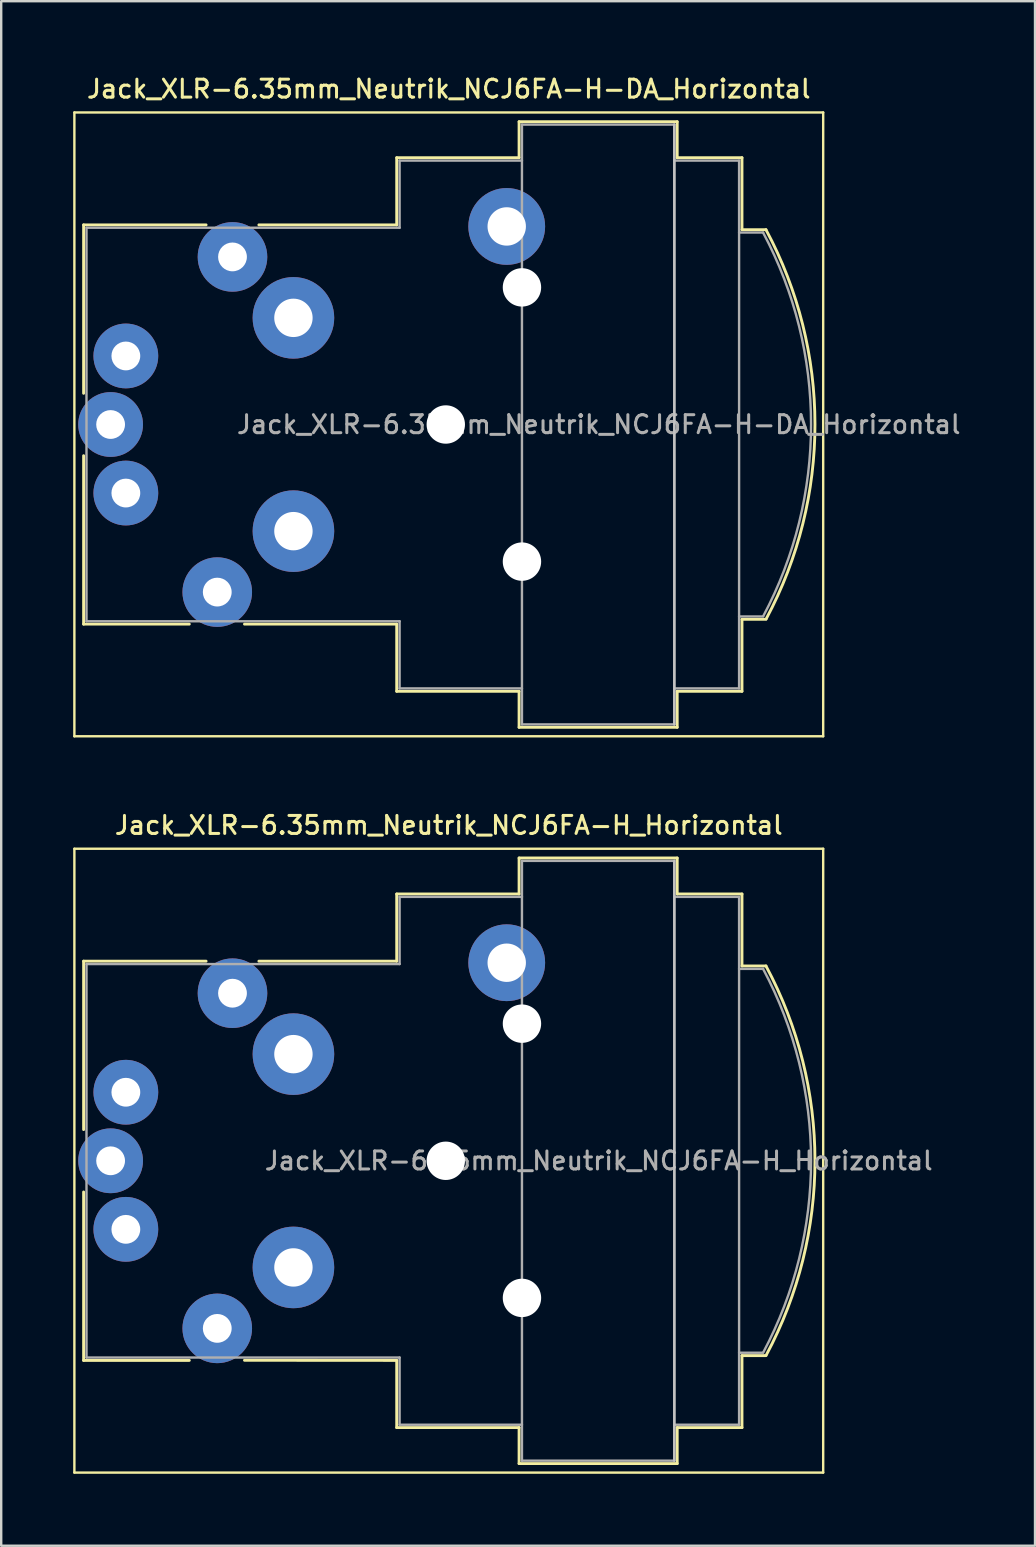
<source format=kicad_pcb>
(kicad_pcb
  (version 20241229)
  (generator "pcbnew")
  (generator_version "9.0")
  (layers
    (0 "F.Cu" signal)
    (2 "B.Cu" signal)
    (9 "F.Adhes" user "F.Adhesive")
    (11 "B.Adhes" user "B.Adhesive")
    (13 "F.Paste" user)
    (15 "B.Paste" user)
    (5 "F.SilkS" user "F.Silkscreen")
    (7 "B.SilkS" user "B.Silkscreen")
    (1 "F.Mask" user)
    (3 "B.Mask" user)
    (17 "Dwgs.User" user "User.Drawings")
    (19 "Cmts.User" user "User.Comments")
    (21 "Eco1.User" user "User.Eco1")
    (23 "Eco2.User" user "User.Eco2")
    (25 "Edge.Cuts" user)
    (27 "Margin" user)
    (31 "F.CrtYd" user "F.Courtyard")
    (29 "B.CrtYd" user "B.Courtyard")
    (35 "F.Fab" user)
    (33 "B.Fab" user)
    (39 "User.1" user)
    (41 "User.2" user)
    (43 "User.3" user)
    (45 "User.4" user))
  (footprint "Jack_XLR-6.35mm_Neutrik_NCJ6FA-H_Horizontal"
    (layer "F.Cu")
    (at 6.64 38.346)
    (property "Reference" "Jack_XLR-6.35mm_Neutrik_NCJ6FA-H_Horizontal" (at 9.015 -7 0) (layer "F.SilkS") (effects (font (size 0.75 0.75) (thickness 0.125))))
    (attr through_hole)
    (fp_line (start -6.59 -6.02) (end -6.59 19.98) (stroke (width 0.1) (type solid)) (layer "F.SilkS"))
    (fp_line (start -6.205 -1.335) (end -6.205 5.685) (stroke (width 0.12) (type solid)) (layer "F.SilkS"))
    (fp_line (start -6.205 8.285) (end -6.205 15.305) (stroke (width 0.12) (type solid)) (layer "F.SilkS"))
    (fp_line (start -1.8 15.305) (end -6.205 15.305) (stroke (width 0.12) (type solid)) (layer "F.SilkS"))
    (fp_line (start -1.1 -1.335) (end -6.205 -1.335) (stroke (width 0.12) (type solid)) (layer "F.SilkS"))
    (fp_line (start 6.845 -4.135) (end 6.845 -1.335) (stroke (width 0.12) (type solid)) (layer "F.SilkS"))
    (fp_line (start 6.845 -1.335) (end 1.1 -1.335) (stroke (width 0.12) (type solid)) (layer "F.SilkS"))
    (fp_line (start 6.845 15.305) (end 0.5 15.3) (stroke (width 0.12) (type solid)) (layer "F.SilkS"))
    (fp_line (start 6.845 18.105) (end 6.845 15.305) (stroke (width 0.12) (type solid)) (layer "F.SilkS"))
    (fp_line (start 11.945 -4.135) (end 6.845 -4.135) (stroke (width 0.12) (type solid)) (layer "F.SilkS"))
    (fp_line (start 11.945 -4.135) (end 11.945 -5.635) (stroke (width 0.12) (type solid)) (layer "F.SilkS"))
    (fp_line (start 11.945 18.105) (end 6.845 18.105) (stroke (width 0.12) (type solid)) (layer "F.SilkS"))
    (fp_line (start 11.945 19.605) (end 11.945 18.105) (stroke (width 0.12) (type solid)) (layer "F.SilkS"))
    (fp_line (start 18.535 -5.635) (end 11.945 -5.635) (stroke (width 0.12) (type solid)) (layer "F.SilkS"))
    (fp_line (start 18.535 -5.635) (end 18.535 -4.135) (stroke (width 0.12) (type solid)) (layer "F.SilkS"))
    (fp_line (start 18.535 -4.135) (end 21.235 -4.135) (stroke (width 0.12) (type solid)) (layer "F.SilkS"))
    (fp_line (start 18.535 18.105) (end 18.535 19.605) (stroke (width 0.12) (type solid)) (layer "F.SilkS"))
    (fp_line (start 18.535 18.105) (end 21.235 18.105) (stroke (width 0.12) (type solid)) (layer "F.SilkS"))
    (fp_line (start 18.535 19.605) (end 11.945 19.605) (stroke (width 0.12) (type solid)) (layer "F.SilkS"))
    (fp_line (start 21.235 -4.135) (end 21.235 -1.135) (stroke (width 0.12) (type solid)) (layer "F.SilkS"))
    (fp_line (start 21.235 -1.135) (end 22.235 -1.135) (stroke (width 0.12) (type solid)) (layer "F.SilkS"))
    (fp_line (start 21.235 15.105) (end 21.235 18.105) (stroke (width 0.12) (type solid)) (layer "F.SilkS"))
    (fp_line (start 21.235 15.105) (end 22.235 15.105) (stroke (width 0.12) (type solid)) (layer "F.SilkS"))
    (fp_line (start 24.62 -6.02) (end -6.59 -6.02) (stroke (width 0.1) (type solid)) (layer "F.SilkS"))
    (fp_line (start 24.62 -6.02) (end 24.62 19.98) (stroke (width 0.1) (type solid)) (layer "F.SilkS"))
    (fp_line (start 24.62 19.98) (end -6.59 19.98) (stroke (width 0.1) (type solid)) (layer "F.SilkS"))
    (fp_arc (start 22.235 -1.135) (mid 24.27742 6.973784) (end 22.245601 15.08523) (stroke (width 0.12) (type solid)) (layer "F.SilkS"))
    (fp_line (start 18.415 -5.515) (end 18.415 19.485) (stroke (width 0.1) (type solid)) (layer "Dwgs.User"))
    (fp_line (start -6.085 -1.215) (end -6.085 15.185) (stroke (width 0.1) (type solid)) (layer "F.Fab"))
    (fp_line (start -6.085 15.185) (end 6.965 15.185) (stroke (width 0.1) (type solid)) (layer "F.Fab"))
    (fp_line (start 6.965 -4.015) (end 6.965 -1.215) (stroke (width 0.1) (type solid)) (layer "F.Fab"))
    (fp_line (start 6.965 -1.215) (end -6.085 -1.215) (stroke (width 0.1) (type solid)) (layer "F.Fab"))
    (fp_line (start 6.965 15.185) (end 6.965 17.985) (stroke (width 0.1) (type solid)) (layer "F.Fab"))
    (fp_line (start 6.965 17.985) (end 12.065 17.985) (stroke (width 0.1) (type solid)) (layer "F.Fab"))
    (fp_line (start 12.065 -5.515) (end 18.415 -5.515) (stroke (width 0.1) (type solid)) (layer "F.Fab"))
    (fp_line (start 12.065 -4.015) (end 6.965 -4.015) (stroke (width 0.1) (type solid)) (layer "F.Fab"))
    (fp_line (start 12.065 19.485) (end 12.065 -5.515) (stroke (width 0.1) (type solid)) (layer "F.Fab"))
    (fp_line (start 18.415 -5.515) (end 18.415 19.485) (stroke (width 0.1) (type solid)) (layer "F.Fab"))
    (fp_line (start 18.415 -4.015) (end 21.115 -4.015) (stroke (width 0.1) (type solid)) (layer "F.Fab"))
    (fp_line (start 18.415 19.485) (end 12.065 19.485) (stroke (width 0.1) (type solid)) (layer "F.Fab"))
    (fp_line (start 21.115 -4.015) (end 21.115 17.985) (stroke (width 0.1) (type solid)) (layer "F.Fab"))
    (fp_line (start 21.115 -1.015) (end 22.115 -1.015) (stroke (width 0.1) (type solid)) (layer "F.Fab"))
    (fp_line (start 21.115 14.985) (end 22.115 14.985) (stroke (width 0.1) (type solid)) (layer "F.Fab"))
    (fp_line (start 21.115 17.985) (end 18.415 17.985) (stroke (width 0.1) (type solid)) (layer "F.Fab"))
    (fp_arc (start 22.115 -1.015) (mid 24.114999 6.978328) (end 22.121275 14.973223) (stroke (width 0.1) (type solid)) (layer "F.Fab"))
    (fp_text user "${REFERENCE}" (at 15.265 6.985 0) (layer "F.Fab") (effects (font (size 0.75 0.75) (thickness 0.125))))
    (pad "" np_thru_hole circle (at 8.89 6.985) (size 1.6 1.6) (drill 1.6) (layers "*.Cu" "*.Mask"))
    (pad "" np_thru_hole circle (at 12.065 1.27) (size 1.6 1.6) (drill 1.6) (layers "*.Cu" "*.Mask"))
    (pad "" np_thru_hole circle (at 12.065 12.7) (size 1.6 1.6) (drill 1.6) (layers "*.Cu" "*.Mask"))
    (pad "1" thru_hole circle (at 0 0) (size 2.9 2.9) (drill 1.2) (layers "*.Cu" "*.Mask"))
    (pad "2" thru_hole circle (at -0.635 13.97) (size 2.9 2.9) (drill 1.2) (layers "*.Cu" "*.Mask"))
    (pad "3" thru_hole circle (at -5.08 6.985) (size 2.7 2.7) (drill 1.2) (layers "*.Cu" "*.Mask"))
    (pad "G" thru_hole circle (at 11.43 -1.27) (size 3.2 3.2) (drill 1.6) (layers "*.Cu" "*.Mask"))
    (pad "R" thru_hole circle (at -4.445 9.842) (size 2.7 2.7) (drill 1.2) (layers "*.Cu" "*.Mask"))
    (pad "S" thru_hole circle (at -4.445 4.128) (size 2.7 2.7) (drill 1.2) (layers "*.Cu" "*.Mask"))
    (pad "T" thru_hole circle (at 2.54 2.54) (size 3.4 3.4) (drill 1.6) (layers "*.Cu" "*.Mask"))
    (pad "T" thru_hole circle (at 2.54 11.43) (size 3.4 3.4) (drill 1.6) (layers "*.Cu" "*.Mask")))
  (footprint "Jack_XLR-6.35mm_Neutrik_NCJ6FA-H-DA_Horizontal"
    (layer "F.Cu")
    (at 6.64 7.658)
    (property "Reference" "Jack_XLR-6.35mm_Neutrik_NCJ6FA-H-DA_Horizontal" (at 9.015 -7 0) (layer "F.SilkS") (effects (font (size 0.75 0.75) (thickness 0.125))))
    (attr through_hole)
    (fp_line (start -6.59 -6.02) (end -6.59 19.98) (stroke (width 0.1) (type solid)) (layer "F.SilkS"))
    (fp_line (start -6.205 -1.335) (end -6.205 5.685) (stroke (width 0.12) (type solid)) (layer "F.SilkS"))
    (fp_line (start -6.205 8.285) (end -6.205 15.305) (stroke (width 0.12) (type solid)) (layer "F.SilkS"))
    (fp_line (start -1.8 15.305) (end -6.205 15.305) (stroke (width 0.12) (type solid)) (layer "F.SilkS"))
    (fp_line (start -1.1 -1.335) (end -6.205 -1.335) (stroke (width 0.12) (type solid)) (layer "F.SilkS"))
    (fp_line (start 6.845 -4.135) (end 6.845 -1.335) (stroke (width 0.12) (type solid)) (layer "F.SilkS"))
    (fp_line (start 6.845 -1.335) (end 1.1 -1.335) (stroke (width 0.12) (type solid)) (layer "F.SilkS"))
    (fp_line (start 6.845 15.305) (end 0.5 15.305) (stroke (width 0.12) (type solid)) (layer "F.SilkS"))
    (fp_line (start 6.845 18.105) (end 6.845 15.305) (stroke (width 0.12) (type solid)) (layer "F.SilkS"))
    (fp_line (start 11.945 -4.135) (end 6.845 -4.135) (stroke (width 0.12) (type solid)) (layer "F.SilkS"))
    (fp_line (start 11.945 -4.135) (end 11.945 -5.635) (stroke (width 0.12) (type solid)) (layer "F.SilkS"))
    (fp_line (start 11.945 18.105) (end 6.845 18.105) (stroke (width 0.12) (type solid)) (layer "F.SilkS"))
    (fp_line (start 11.945 19.605) (end 11.945 18.105) (stroke (width 0.12) (type solid)) (layer "F.SilkS"))
    (fp_line (start 18.535 -5.635) (end 11.945 -5.635) (stroke (width 0.12) (type solid)) (layer "F.SilkS"))
    (fp_line (start 18.535 -5.635) (end 18.535 -4.135) (stroke (width 0.12) (type solid)) (layer "F.SilkS"))
    (fp_line (start 18.535 -4.135) (end 21.235 -4.135) (stroke (width 0.12) (type solid)) (layer "F.SilkS"))
    (fp_line (start 18.535 18.105) (end 18.535 19.605) (stroke (width 0.12) (type solid)) (layer "F.SilkS"))
    (fp_line (start 18.535 18.105) (end 21.235 18.105) (stroke (width 0.12) (type solid)) (layer "F.SilkS"))
    (fp_line (start 18.535 19.605) (end 11.945 19.605) (stroke (width 0.12) (type solid)) (layer "F.SilkS"))
    (fp_line (start 21.235 -4.135) (end 21.235 -1.135) (stroke (width 0.12) (type solid)) (layer "F.SilkS"))
    (fp_line (start 21.235 -1.135) (end 22.235 -1.135) (stroke (width 0.12) (type solid)) (layer "F.SilkS"))
    (fp_line (start 21.235 15.105) (end 21.235 18.105) (stroke (width 0.12) (type solid)) (layer "F.SilkS"))
    (fp_line (start 21.235 15.105) (end 22.235 15.105) (stroke (width 0.12) (type solid)) (layer "F.SilkS"))
    (fp_line (start 24.62 -6.02) (end -6.59 -6.02) (stroke (width 0.1) (type solid)) (layer "F.SilkS"))
    (fp_line (start 24.62 -6.02) (end 24.62 19.98) (stroke (width 0.1) (type solid)) (layer "F.SilkS"))
    (fp_line (start 24.62 19.98) (end -6.59 19.98) (stroke (width 0.1) (type solid)) (layer "F.SilkS"))
    (fp_arc (start 22.235 -1.135) (mid 24.27742 6.973784) (end 22.245601 15.08523) (stroke (width 0.12) (type solid)) (layer "F.SilkS"))
    (fp_line (start 18.415 -5.515) (end 18.415 19.485) (stroke (width 0.1) (type solid)) (layer "Dwgs.User"))
    (fp_line (start -6.085 -1.215) (end -6.085 15.185) (stroke (width 0.1) (type solid)) (layer "F.Fab"))
    (fp_line (start -6.085 15.185) (end 6.965 15.185) (stroke (width 0.1) (type solid)) (layer "F.Fab"))
    (fp_line (start 6.965 -4.015) (end 6.965 -1.215) (stroke (width 0.1) (type solid)) (layer "F.Fab"))
    (fp_line (start 6.965 -1.215) (end -6.085 -1.215) (stroke (width 0.1) (type solid)) (layer "F.Fab"))
    (fp_line (start 6.965 15.185) (end 6.965 17.985) (stroke (width 0.1) (type solid)) (layer "F.Fab"))
    (fp_line (start 6.965 17.985) (end 12.065 17.985) (stroke (width 0.1) (type solid)) (layer "F.Fab"))
    (fp_line (start 12.065 -5.515) (end 18.415 -5.515) (stroke (width 0.1) (type solid)) (layer "F.Fab"))
    (fp_line (start 12.065 -4.015) (end 6.965 -4.015) (stroke (width 0.1) (type solid)) (layer "F.Fab"))
    (fp_line (start 12.065 19.485) (end 12.065 -5.515) (stroke (width 0.1) (type solid)) (layer "F.Fab"))
    (fp_line (start 18.415 -5.515) (end 18.415 19.485) (stroke (width 0.1) (type solid)) (layer "F.Fab"))
    (fp_line (start 18.415 -4.015) (end 21.115 -4.015) (stroke (width 0.1) (type solid)) (layer "F.Fab"))
    (fp_line (start 18.415 19.485) (end 12.065 19.485) (stroke (width 0.1) (type solid)) (layer "F.Fab"))
    (fp_line (start 21.115 -4.015) (end 21.115 17.985) (stroke (width 0.1) (type solid)) (layer "F.Fab"))
    (fp_line (start 21.115 -1.015) (end 22.115 -1.015) (stroke (width 0.1) (type solid)) (layer "F.Fab"))
    (fp_line (start 21.115 14.985) (end 22.115 14.985) (stroke (width 0.1) (type solid)) (layer "F.Fab"))
    (fp_line (start 21.115 17.985) (end 18.415 17.985) (stroke (width 0.1) (type solid)) (layer "F.Fab"))
    (fp_arc (start 22.115 -1.015) (mid 24.114999 6.978328) (end 22.121275 14.973223) (stroke (width 0.1) (type solid)) (layer "F.Fab"))
    (fp_text user "${REFERENCE}" (at 15.265 6.985 0) (layer "F.Fab") (effects (font (size 0.75 0.75) (thickness 0.125))))
    (pad "" np_thru_hole circle (at 8.89 6.985) (size 1.6 1.6) (drill 1.6) (layers "*.Cu" "*.Mask"))
    (pad "" np_thru_hole circle (at 12.065 1.27) (size 1.6 1.6) (drill 1.6) (layers "*.Cu" "*.Mask"))
    (pad "" np_thru_hole circle (at 12.065 12.7) (size 1.6 1.6) (drill 1.6) (layers "*.Cu" "*.Mask"))
    (pad "1" thru_hole circle (at 0 0) (size 2.9 2.9) (drill 1.2) (layers "*.Cu" "*.Mask"))
    (pad "2" thru_hole circle (at -0.635 13.97) (size 2.9 2.9) (drill 1.2) (layers "*.Cu" "*.Mask"))
    (pad "3" thru_hole circle (at -5.08 6.985) (size 2.7 2.7) (drill 1.2) (layers "*.Cu" "*.Mask"))
    (pad "G" thru_hole circle (at 11.43 -1.27) (size 3.2 3.2) (drill 1.6) (layers "*.Cu" "*.Mask"))
    (pad "R" thru_hole circle (at -4.445 9.842) (size 2.7 2.7) (drill 1.2) (layers "*.Cu" "*.Mask"))
    (pad "S" thru_hole circle (at -4.445 4.128) (size 2.7 2.7) (drill 1.2) (layers "*.Cu" "*.Mask"))
    (pad "T" thru_hole circle (at 2.54 2.54) (size 3.4 3.4) (drill 1.6) (layers "*.Cu" "*.Mask"))
    (pad "T" thru_hole circle (at 2.54 11.43) (size 3.4 3.4) (drill 1.6) (layers "*.Cu" "*.Mask")))
  (gr_rect
    (start -3 -3)
    (end 40.089 61.376)
    (stroke (width 0.1) (type default))
    (fill no)
    (layer "Edge.Cuts")))
</source>
